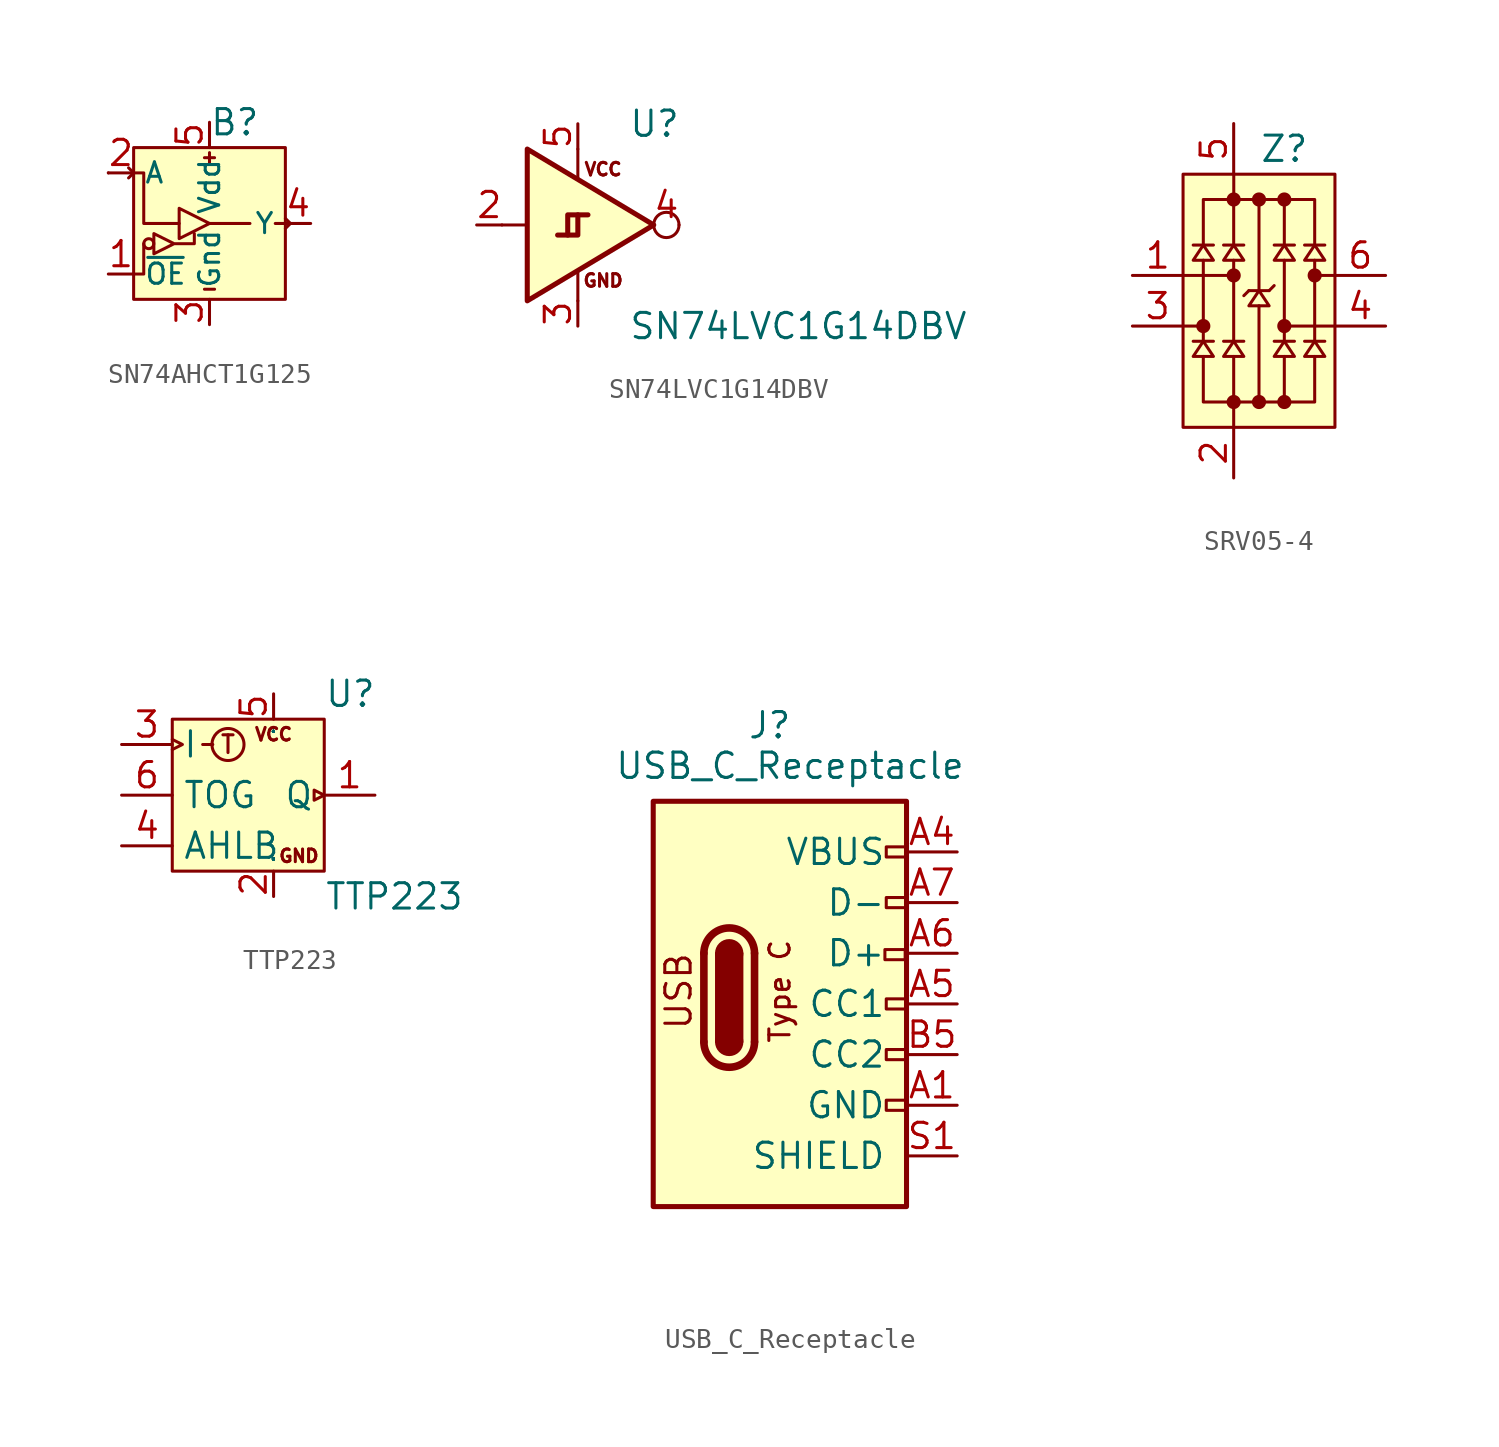
<source format=kicad_sym>
(kicad_symbol_lib
  (version 20241209)
  (generator "kicad_symbol_editor")
  (generator_version "9.0")
  (symbol "SN74AHCT1G125"
    (property "Reference" "B"
      (at 1.27 5.08 0)
      (effects (font (size 1.27 1.27))))
    (property "Value" ""
      (at 0 0 0)
      (effects (font (size 1.27 1.27))))
    (symbol "SN74AHCT1G125_0_1"
      (polyline (pts (xy -5.08 2.54) (xy -5.08 2.54)) (stroke (width 0) (type default)) (fill (type none)))
      (polyline (pts (xy -3.81 2.54) (xy -3.302 2.54) (xy -3.302 0) (xy -1.524 0)) (stroke (width 0) (type default)) (fill (type none)))
      (polyline (pts (xy -3.302 -1.016) (xy -3.302 -2.54) (xy -3.81 -2.54)) (stroke (width 0) (type default)) (fill (type none)))
      (circle (center -3.048 -1.016) (radius 0.25) (stroke (width 0) (type default)) (fill (type none)))
      (polyline (pts (xy -1.778 -1.016) (xy -2.794 -0.508) (xy -2.794 -1.524) (xy -1.778 -1.016) (xy -0.762 -1.016) (xy -0.762 -0.508)) (stroke (width 0) (type default)) (fill (type none)))
      (polyline (pts (xy 0 0) (xy 1.524 0)) (stroke (width 0) (type default)) (fill (type none)))
      (polyline (pts (xy 0 0) (xy -1.524 0.762) (xy -1.524 -0.762) (xy 0 0)) (stroke (width 0) (type default)) (fill (type none)))
      (polyline (pts (xy 2.032 0) (xy 1.524 0)) (stroke (width 0) (type default)) (fill (type none)))
      (polyline (pts (xy 3.302 0) (xy 3.81 0)) (stroke (width 0) (type default)) (fill (type none))))
    (symbol "SN74AHCT1G125_1_1"
      (polyline (pts (xy -4.064 2.794) (xy -3.81 2.54) (xy -4.064 2.286)) (stroke (width 0) (type default)) (fill (type none)))
      (rectangle (start -3.81 3.81) (end 3.81 -3.81) (stroke (width 0) (type solid)) (fill (type background)))
      (polyline (pts (xy -0.254 3.302) (xy 0.254 3.302)) (stroke (width 0) (type default)) (fill (type none)))
      (polyline (pts (xy -0.254 -3.302) (xy 0.254 -3.302)) (stroke (width 0) (type default)) (fill (type none)))
      (polyline (pts (xy 0 3.556) (xy 0 3.048)) (stroke (width 0) (type default)) (fill (type none)))
      (polyline (pts (xy 3.81 0.254) (xy 4.064 0) (xy 3.81 -0.254)) (stroke (width 0) (type default)) (fill (type none)))
      (pin input line (at -5.08 2.54 0) (length 1.27) (name "A" (effects (font (size 1.016 1.016)))) (number "2" (effects (font (size 1.27 1.27)))))
      (pin passive line (at -5.08 -2.54 0) (length 1.27) (name "~{OE}" (effects (font (size 1.016 1.016)))) (number "1" (effects (font (size 1.27 1.27)))))
      (pin power_in line (at 0 5.08 270) (length 1.27) (name "Vdd" (effects (font (size 1.016 1.016)))) (number "5" (effects (font (size 1.27 1.27)))))
      (pin power_in line (at 0 -5.08 90) (length 1.27) (name "Gnd" (effects (font (size 1.016 1.016)))) (number "3" (effects (font (size 1.27 1.27)))))
      (pin output line (at 5.08 0 180) (length 1.27) (name "Y" (effects (font (size 1.016 1.016)))) (number "4" (effects (font (size 1.27 1.27)))))))
  (symbol "SN74LVC1G14DBV"
    (property "Reference" "U"
      (at 2.54 5.08 0)
      (effects (font (size 1.27 1.27)) (justify left)))
    (property "Value" "SN74LVC1G14DBV"
      (at 2.54 -5.08 0)
      (effects (font (size 1.27 1.27)) (justify left)))
    (symbol "SN74LVC1G14DBV_0_1"
      (polyline (pts (xy -3.81 0) (xy -2.54 0)) (stroke (width 0) (type default)) (fill (type none)))
      (polyline (pts (xy -2.54 3.81) (xy -2.54 -3.81) (xy 3.81 0) (xy -2.54 3.81)) (stroke (width 0.254) (type default)) (fill (type background))))
    (symbol "SN74LVC1G14DBV_1_1"
      (polyline (pts (xy -1.016 -0.508) (xy 0 -0.508) (xy 0 0.508)) (stroke (width 0.254) (type default)) (fill (type none)))
      (polyline (pts (xy -0.508 -0.508) (xy -0.508 0.508) (xy 0.508 0.508)) (stroke (width 0.254) (type default)) (fill (type none)))
      (polyline (pts (xy 0 3.81) (xy 0 2.286)) (stroke (width 0) (type solid)) (fill (type none)))
      (polyline (pts (xy 0 -3.81) (xy 0 -2.286)) (stroke (width 0) (type solid)) (fill (type none)))
      (text "VCC" (at 1.27 2.794 0) (effects (font (size 0.635 0.635))))
      (text "GND" (at 1.27 -2.794 0) (effects (font (size 0.635 0.635))))
      (pin input line (at -5.08 0 0) (length 1.27) (name "~" (effects (font (size 0.762 0.762)))) (number "2" (effects (font (size 1.27 1.27)))))
      (pin power_in line (at 0 5.08 270) (length 1.27) (name "~" (effects (font (size 0.762 0.762)))) (number "5" (effects (font (size 1.27 1.27)))))
      (pin power_in line (at 0 -5.08 90) (length 1.27) (name "~" (effects (font (size 0.762 0.762)))) (number "3" (effects (font (size 1.27 1.27)))))
      (pin no_connect line (at 2.54 2.54 180) (length 1.27) (hide yes) (name "NC" (effects (font (size 0.635 0.635)))) (number "1" (effects (font (size 0.635 0.635)))))
      (pin output inverted (at 5.08 0 180) (length 1.27) (name "~" (effects (font (size 1.27 1.27)))) (number "4" (effects (font (size 1.27 1.27)))))))
  (symbol "SRV05-4"
    (property "Reference" "Z"
      (at 2.54 8.89 0)
      (effects (font (size 1.27 1.27))))
    (property "Value" ""
      (at 0 0 0)
      (effects (font (size 1.27 1.27))))
    (symbol "SRV05-4_0_1"
      (circle (center -1.524 0) (radius 0.279) (stroke (width 0) (type default)) (fill (type outline)))
      (circle (center 0 6.35) (radius 0.279) (stroke (width 0) (type default)) (fill (type outline)))
      (circle (center 0 2.54) (radius 0.279) (stroke (width 0) (type default)) (fill (type outline)))
      (circle (center 0 -3.81) (radius 0.279) (stroke (width 0) (type default)) (fill (type outline)))
      (circle (center 1.27 6.35) (radius 0.279) (stroke (width 0) (type default)) (fill (type outline)))
      (circle (center 1.27 -3.81) (radius 0.279) (stroke (width 0) (type default)) (fill (type outline)))
      (circle (center 2.54 6.35) (radius 0.279) (stroke (width 0) (type default)) (fill (type outline)))
      (circle (center 2.54 0) (radius 0.279) (stroke (width 0) (type default)) (fill (type outline)))
      (circle (center 2.54 -3.81) (radius 0.279) (stroke (width 0) (type default)) (fill (type outline)))
      (circle (center 4.064 2.54) (radius 0.279) (stroke (width 0) (type default)) (fill (type outline))))
    (symbol "SRV05-4_1_1"
      (rectangle (start -2.54 7.62) (end 5.08 -5.08) (stroke (width 0) (type solid)) (fill (type background)))
      (polyline (pts (xy -2.54 2.54) (xy 0 2.54)) (stroke (width 0) (type default)) (fill (type none)))
      (polyline (pts (xy -2.54 0) (xy -1.524 0)) (stroke (width 0) (type default)) (fill (type none)))
      (polyline (pts (xy -2.032 4.064) (xy -1.016 4.064)) (stroke (width 0) (type default)) (fill (type none)))
      (polyline (pts (xy -2.032 3.302) (xy -1.016 3.302) (xy -1.524 4.064) (xy -2.032 3.302)) (stroke (width 0) (type solid)) (fill (type none)))
      (polyline (pts (xy -2.032 -0.762) (xy -1.016 -0.762)) (stroke (width 0) (type default)) (fill (type none)))
      (polyline (pts (xy -2.032 -1.524) (xy -1.016 -1.524) (xy -1.524 -0.762) (xy -2.032 -1.524)) (stroke (width 0) (type solid)) (fill (type none)))
      (polyline (pts (xy -1.524 4.064) (xy -1.524 6.35) (xy 4.064 6.35) (xy 4.064 4.064)) (stroke (width 0) (type default)) (fill (type none)))
      (polyline (pts (xy -1.524 -0.762) (xy -1.524 3.302)) (stroke (width 0) (type default)) (fill (type none)))
      (polyline (pts (xy -0.508 4.064) (xy 0.508 4.064)) (stroke (width 0) (type default)) (fill (type none)))
      (polyline (pts (xy -0.508 3.302) (xy 0.508 3.302) (xy 0 4.064) (xy -0.508 3.302)) (stroke (width 0) (type solid)) (fill (type none)))
      (polyline (pts (xy -0.508 -0.762) (xy 0.508 -0.762)) (stroke (width 0) (type default)) (fill (type none)))
      (polyline (pts (xy -0.508 -1.524) (xy 0.508 -1.524) (xy 0 -0.762) (xy -0.508 -1.524)) (stroke (width 0) (type solid)) (fill (type none)))
      (polyline (pts (xy 0 6.35) (xy 0 4.064)) (stroke (width 0) (type default)) (fill (type none)))
      (polyline (pts (xy 0 3.302) (xy 0 -0.762)) (stroke (width 0) (type default)) (fill (type none)))
      (polyline (pts (xy 0 -1.524) (xy 0 -3.81)) (stroke (width 0) (type default)) (fill (type none)))
      (polyline (pts (xy 0 -3.81) (xy 0 -5.08)) (stroke (width 0) (type default)) (fill (type none)))
      (polyline (pts (xy 0.004 7.63) (xy 0.004 6.36)) (stroke (width 0) (type default)) (fill (type none)))
      (polyline (pts (xy 0.762 1.778) (xy 0.508 1.524)) (stroke (width 0) (type default)) (fill (type none)))
      (polyline (pts (xy 0.762 1.778) (xy 1.778 1.778)) (stroke (width 0) (type default)) (fill (type none)))
      (polyline (pts (xy 0.762 1.016) (xy 1.778 1.016) (xy 1.27 1.778) (xy 0.762 1.016)) (stroke (width 0) (type solid)) (fill (type none)))
      (polyline (pts (xy 1.27 6.35) (xy 1.27 1.778)) (stroke (width 0) (type default)) (fill (type none)))
      (polyline (pts (xy 1.27 -3.81) (xy 1.27 1.016)) (stroke (width 0) (type default)) (fill (type none)))
      (polyline (pts (xy 1.778 1.778) (xy 2.032 2.032)) (stroke (width 0) (type default)) (fill (type none)))
      (polyline (pts (xy 2.032 4.064) (xy 3.048 4.064)) (stroke (width 0) (type default)) (fill (type none)))
      (polyline (pts (xy 2.032 3.302) (xy 3.048 3.302) (xy 2.54 4.064) (xy 2.032 3.302)) (stroke (width 0) (type solid)) (fill (type none)))
      (polyline (pts (xy 2.032 -0.762) (xy 3.048 -0.762)) (stroke (width 0) (type default)) (fill (type none)))
      (polyline (pts (xy 2.032 -1.524) (xy 3.048 -1.524) (xy 2.54 -0.762) (xy 2.032 -1.524)) (stroke (width 0) (type solid)) (fill (type none)))
      (polyline (pts (xy 2.54 6.35) (xy 2.54 4.064)) (stroke (width 0) (type default)) (fill (type none)))
      (polyline (pts (xy 2.54 3.302) (xy 2.54 -0.762)) (stroke (width 0) (type default)) (fill (type none)))
      (polyline (pts (xy 2.54 0) (xy 5.08 0)) (stroke (width 0) (type default)) (fill (type none)))
      (polyline (pts (xy 2.54 -1.524) (xy 2.54 -3.81)) (stroke (width 0) (type default)) (fill (type none)))
      (polyline (pts (xy 3.556 4.064) (xy 4.572 4.064)) (stroke (width 0) (type default)) (fill (type none)))
      (polyline (pts (xy 3.556 3.302) (xy 4.572 3.302) (xy 4.064 4.064) (xy 3.556 3.302)) (stroke (width 0) (type solid)) (fill (type none)))
      (polyline (pts (xy 3.556 -0.762) (xy 4.572 -0.762)) (stroke (width 0) (type default)) (fill (type none)))
      (polyline (pts (xy 3.556 -1.524) (xy 4.572 -1.524) (xy 4.064 -0.762) (xy 3.556 -1.524)) (stroke (width 0) (type solid)) (fill (type none)))
      (polyline (pts (xy 4.064 3.302) (xy 4.064 -0.762)) (stroke (width 0) (type default)) (fill (type none)))
      (polyline (pts (xy 4.064 2.54) (xy 5.08 2.54)) (stroke (width 0) (type default)) (fill (type none)))
      (polyline (pts (xy 4.064 -1.524) (xy 4.064 -3.81) (xy -1.524 -3.81) (xy -1.524 -1.524)) (stroke (width 0) (type default)) (fill (type none)))
      (pin bidirectional line (at -5.08 2.54 0) (length 2.54) (name "" (effects (font (size 1.27 1.27)))) (number "1" (effects (font (size 1.27 1.27)))))
      (pin bidirectional line (at -5.08 0 0) (length 2.54) (name "" (effects (font (size 1.27 1.27)))) (number "3" (effects (font (size 1.27 1.27)))))
      (pin power_in line (at 0 10.16 270) (length 2.54) (name "" (effects (font (size 1.27 1.27)))) (number "5" (effects (font (size 1.27 1.27)))))
      (pin power_in line (at 0 -7.62 90) (length 2.54) (name "" (effects (font (size 1.27 1.27)))) (number "2" (effects (font (size 1.27 1.27)))))
      (pin bidirectional line (at 7.62 2.54 180) (length 2.54) (name "" (effects (font (size 1.27 1.27)))) (number "6" (effects (font (size 1.27 1.27)))))
      (pin bidirectional line (at 7.62 0 180) (length 2.54) (name "" (effects (font (size 1.27 1.27)))) (number "4" (effects (font (size 1.27 1.27)))))))
  (symbol "TTP223"
    (property "Reference" "U"
      (at 2.54 5.08 0)
      (effects (font (size 1.27 1.27)) (justify left)))
    (property "Value" "TTP223"
      (at 2.54 -5.08 0)
      (effects (font (size 1.27 1.27)) (justify left)))
    (symbol "TTP223_1_1"
      (rectangle (start -5.08 3.81) (end 2.54 -3.81) (stroke (width 0) (type solid)) (fill (type background)))
      (polyline (pts (xy -5.08 2.794) (xy -4.572 2.54) (xy -5.08 2.286)) (stroke (width 0) (type default)) (fill (type none)))
      (polyline (pts (xy -3.048 2.54) (xy -3.556 2.54)) (stroke (width 0) (type default)) (fill (type none)))
      (circle (center -2.286 2.54) (radius 0.803) (stroke (width 0) (type default)) (fill (type none)))
      (polyline (pts (xy 2.54 0) (xy 2.032 0.254) (xy 2.032 -0.254) (xy 2.54 0)) (stroke (width 0) (type default)) (fill (type none)))
      (text "T" (at -2.286 2.54 0) (effects (font (size 0.889 0.889))))
      (text "VCC" (at 0 3.048 0) (effects (font (size 0.635 0.635))))
      (text "GND" (at 1.27 -3.048 0) (effects (font (size 0.635 0.635))))
      (pin input line (at -7.62 2.54 0) (length 2.54) (name "I" (effects (font (size 1.27 1.27)))) (number "3" (effects (font (size 1.27 1.27)))))
      (pin passive line (at -7.62 0 0) (length 2.54) (name "TOG" (effects (font (size 1.27 1.27)))) (number "6" (effects (font (size 1.27 1.27)))))
      (pin passive line (at -7.62 -2.54 0) (length 2.54) (name "AHLB" (effects (font (size 1.27 1.27)))) (number "4" (effects (font (size 1.27 1.27)))))
      (pin power_in line (at 0 5.08 270) (length 1.27) (name "VDD" (effects (font (size 0.003 0.003)))) (number "5" (effects (font (size 1.27 1.27)))))
      (pin power_in line (at 0 -5.08 90) (length 1.27) (name "VSS" (effects (font (size 0.003 0.003)))) (number "2" (effects (font (size 1.27 1.27)))))
      (pin output line (at 5.08 0 180) (length 2.54) (name "Q" (effects (font (size 1.27 1.27)))) (number "1" (effects (font (size 1.27 1.27)))))))
  (symbol "USB_C_Receptacle"
    (pin_names
      (offset 1.016))
    (property "Reference" "J"
      (at 0.762 13.97 0)
      (effects (font (size 1.27 1.27))))
    (property "Value" "USB_C_Receptacle"
      (at 1.778 11.938 0)
      (effects (font (size 1.27 1.27))))
    (symbol "USB_C_Receptacle_0_0"
      (rectangle (start 6.536 2.726) (end 7.552 2.218) (stroke (width 0) (type default)) (fill (type none)))
      (rectangle (start 6.604 7.874) (end 7.62 7.366) (stroke (width 0) (type default)) (fill (type none)))
      (rectangle (start 7.62 5.334) (end 6.604 4.826) (stroke (width 0) (type default)) (fill (type none)))
      (rectangle (start 7.62 0.254) (end 6.604 -0.254) (stroke (width 0) (type default)) (fill (type none)))
      (rectangle (start 7.62 -2.286) (end 6.604 -2.794) (stroke (width 0) (type default)) (fill (type none)))
      (rectangle (start 7.62 -4.826) (end 6.604 -5.334) (stroke (width 0) (type default)) (fill (type none))))
    (symbol "USB_C_Receptacle_0_1"
      (rectangle (start -5.08 10.16) (end 7.62 -10.16) (stroke (width 0.254) (type default)) (fill (type background))))
    (symbol "USB_C_Receptacle_1_1"
      (polyline (pts (xy -2.54 2.54) (xy -2.54 -1.905)) (stroke (width 0.381) (type solid)) (fill (type none)))
      (rectangle (start -1.905 2.54) (end -0.635 -1.905) (stroke (width 0) (type solid)) (fill (type outline)))
      (arc (start -2.54 2.54) (mid -1.27 3.81) (end 0 2.54) (stroke (width 0.381) (type solid)) (fill (type none)))
      (circle (center -1.27 2.54) (radius 0.635) (stroke (width 0) (type solid)) (fill (type outline)))
      (circle (center -1.27 -1.905) (radius 0.635) (stroke (width 0) (type solid)) (fill (type outline)))
      (arc (start 0 -1.905) (mid -1.27 -3.175) (end -2.54 -1.905) (stroke (width 0.381) (type solid)) (fill (type none)))
      (polyline (pts (xy 0 2.54) (xy 0 -1.905)) (stroke (width 0.381) (type solid)) (fill (type none)))
      (text "USB" (at -3.81 0.635 900) (effects (font (size 1.27 1.27))))
      (text "Type C" (at 1.27 0.635 900) (effects (font (size 1.016 1.016))))
      (pin bidirectional line (at -3.81 -12.7 90) (length 2.54) (hide yes) (name "SBU1" (effects (font (size 1.27 1.27)))) (number "A8" (effects (font (size 1.27 1.27)))))
      (pin bidirectional line (at -1.27 -12.7 90) (length 2.54) (hide yes) (name "SBU2" (effects (font (size 1.27 1.27)))) (number "B8" (effects (font (size 1.27 1.27)))))
      (pin passive line (at 10.16 7.62 180) (length 2.54) (name "VBUS" (effects (font (size 1.27 1.27)))) (number "A4" (effects (font (size 1.27 1.27)))))
      (pin passive line (at 10.16 7.62 180) (length 2.54) (hide yes) (name "VBUS" (effects (font (size 1.27 1.27)))) (number "A9" (effects (font (size 1.27 1.27)))))
      (pin passive line (at 10.16 7.62 180) (length 2.54) (hide yes) (name "VBUS" (effects (font (size 1.27 1.27)))) (number "B4" (effects (font (size 1.27 1.27)))))
      (pin passive line (at 10.16 7.62 180) (length 2.54) (hide yes) (name "VBUS" (effects (font (size 1.27 1.27)))) (number "B9" (effects (font (size 1.27 1.27)))))
      (pin bidirectional line (at 10.16 5.08 180) (length 2.54) (name "D-" (effects (font (size 1.27 1.27)))) (number "A7" (effects (font (size 1.27 1.27)))))
      (pin bidirectional line (at 10.16 5.08 180) (length 2.54) (hide yes) (name "D-" (effects (font (size 1.27 1.27)))) (number "B7" (effects (font (size 1.27 1.27)))))
      (pin bidirectional line (at 10.16 2.54 180) (length 2.54) (name "D+" (effects (font (size 1.27 1.27)))) (number "A6" (effects (font (size 1.27 1.27)))))
      (pin bidirectional line (at 10.16 2.54 180) (length 2.54) (hide yes) (name "D+" (effects (font (size 1.27 1.27)))) (number "B6" (effects (font (size 1.27 1.27)))))
      (pin bidirectional line (at 10.16 0 180) (length 2.54) (name "CC1" (effects (font (size 1.27 1.27)))) (number "A5" (effects (font (size 1.27 1.27)))))
      (pin bidirectional line (at 10.16 -2.54 180) (length 2.54) (name "CC2" (effects (font (size 1.27 1.27)))) (number "B5" (effects (font (size 1.27 1.27)))))
      (pin passive line (at 10.16 -5.08 180) (length 2.54) (name "GND" (effects (font (size 1.27 1.27)))) (number "A1" (effects (font (size 1.27 1.27)))))
      (pin passive line (at 10.16 -5.08 180) (length 2.54) (hide yes) (name "GND" (effects (font (size 1.27 1.27)))) (number "A12" (effects (font (size 1.27 1.27)))))
      (pin passive line (at 10.16 -5.08 180) (length 2.54) (hide yes) (name "GND" (effects (font (size 1.27 1.27)))) (number "B1" (effects (font (size 1.27 1.27)))))
      (pin passive line (at 10.16 -5.08 180) (length 2.54) (hide yes) (name "GND" (effects (font (size 1.27 1.27)))) (number "B12" (effects (font (size 1.27 1.27)))))
      (pin passive line (at 10.16 -7.62 180) (length 2.54) (name "SHIELD" (effects (font (size 1.27 1.27)))) (number "S1" (effects (font (size 1.27 1.27))))))))
</source>
